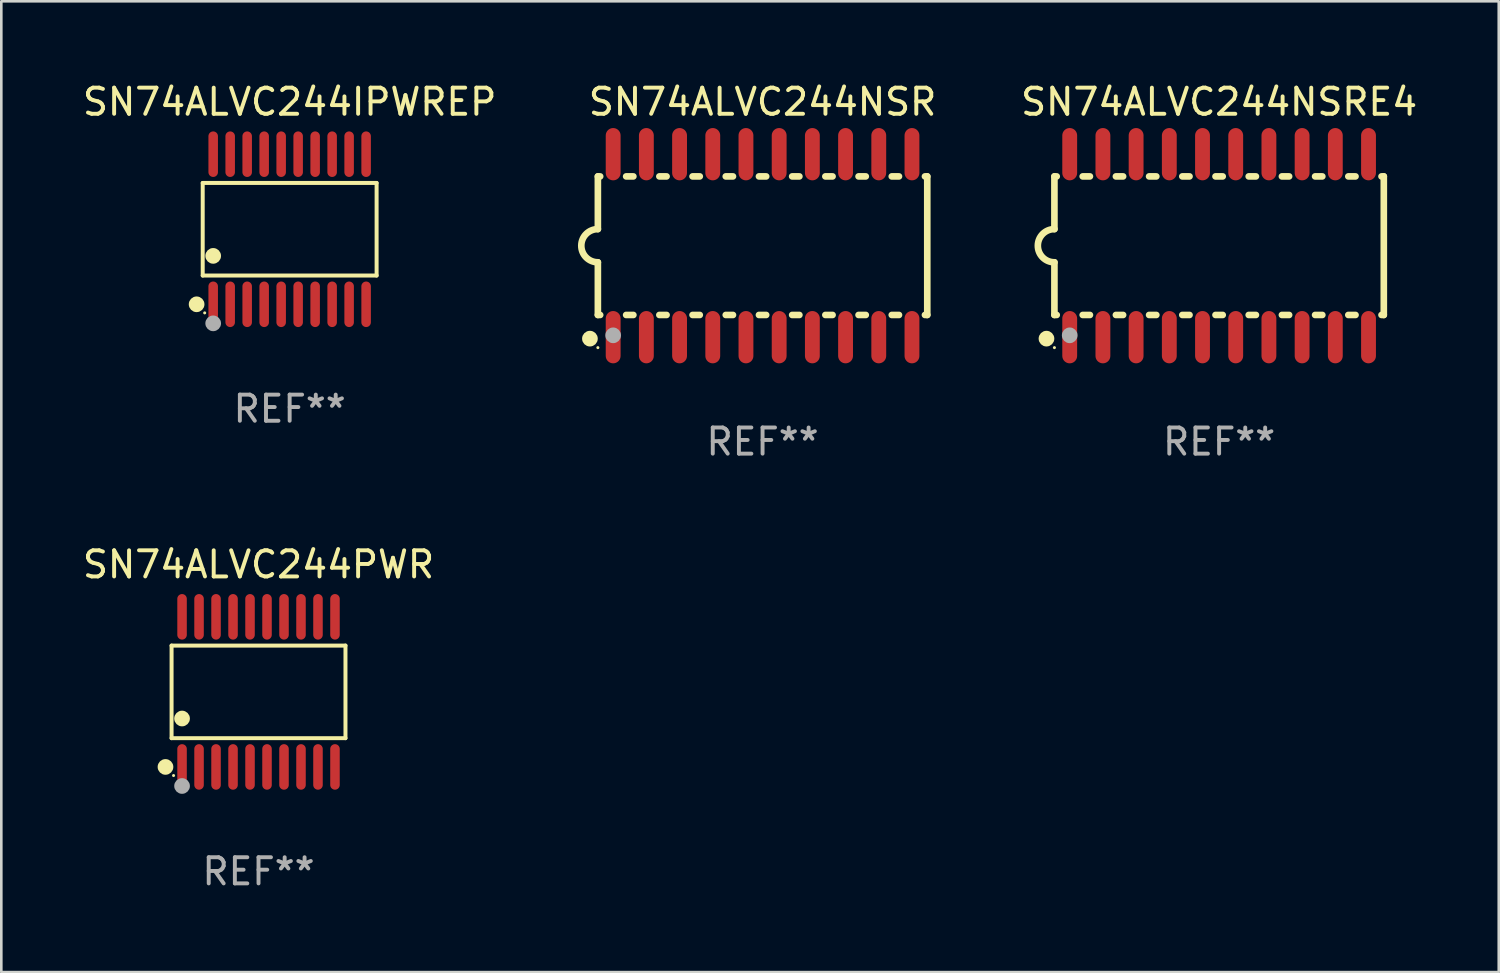
<source format=kicad_pcb>
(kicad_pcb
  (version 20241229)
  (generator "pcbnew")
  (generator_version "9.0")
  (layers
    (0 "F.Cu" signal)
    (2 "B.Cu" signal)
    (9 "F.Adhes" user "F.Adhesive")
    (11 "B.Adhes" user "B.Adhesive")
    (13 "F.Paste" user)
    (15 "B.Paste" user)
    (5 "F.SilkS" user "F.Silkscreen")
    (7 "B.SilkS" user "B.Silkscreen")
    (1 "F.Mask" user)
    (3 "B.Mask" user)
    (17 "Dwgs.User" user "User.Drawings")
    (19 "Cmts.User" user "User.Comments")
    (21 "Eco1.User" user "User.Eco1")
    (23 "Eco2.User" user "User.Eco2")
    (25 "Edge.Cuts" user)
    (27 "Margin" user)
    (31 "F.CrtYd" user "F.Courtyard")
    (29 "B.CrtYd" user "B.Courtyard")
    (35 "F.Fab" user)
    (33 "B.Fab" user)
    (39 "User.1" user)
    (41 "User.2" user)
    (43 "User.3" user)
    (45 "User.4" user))
  (footprint "SN74ALVC244PWR"
    (layer "F.Cu")
    (at 6.839 23.416)
    (property "Reference" "SN74ALVC244PWR" (at 0 -4.871 0) (layer "F.SilkS") (effects (font (size 1 1) (thickness 0.15))))
    (attr through_hole)
    (fp_line (start -3.326 -1.771) (end 3.326 -1.771) (stroke (width 0.152) (type solid)) (layer "F.SilkS"))
    (fp_line (start -3.326 1.771) (end -3.326 -1.771) (stroke (width 0.152) (type solid)) (layer "F.SilkS"))
    (fp_line (start 3.326 -1.771) (end 3.326 1.771) (stroke (width 0.152) (type solid)) (layer "F.SilkS"))
    (fp_line (start 3.326 1.771) (end -3.326 1.771) (stroke (width 0.152) (type solid)) (layer "F.SilkS"))
    (fp_circle (center -3.559 2.871) (end -3.409 2.871) (stroke (width 0.3) (type solid)) (fill no) (layer "F.SilkS"))
    (fp_circle (center -3.25 3.2) (end -3.22 3.2) (stroke (width 0.06) (type solid)) (fill no) (layer "F.SilkS"))
    (fp_circle (center -2.925 1.019) (end -2.775 1.019) (stroke (width 0.3) (type solid)) (fill no) (layer "F.SilkS"))
    (fp_circle (center -2.925 3.6) (end -2.775 3.6) (stroke (width 0.3) (type solid)) (fill no) (layer "F.Fab"))
    (fp_text user "REF**" (at 0 6.871 0) (layer "F.Fab") (effects (font (size 1 1) (thickness 0.15))))
    (pad "1" smd oval (at -2.925 2.871) (size 0.364 1.742) (layers "F.Cu" "F.Mask" "F.Paste"))
    (pad "2" smd oval (at -2.275 2.871) (size 0.364 1.742) (layers "F.Cu" "F.Mask" "F.Paste"))
    (pad "3" smd oval (at -1.625 2.871) (size 0.364 1.742) (layers "F.Cu" "F.Mask" "F.Paste"))
    (pad "4" smd oval (at -0.975 2.871) (size 0.364 1.742) (layers "F.Cu" "F.Mask" "F.Paste"))
    (pad "5" smd oval (at -0.325 2.871) (size 0.364 1.742) (layers "F.Cu" "F.Mask" "F.Paste"))
    (pad "6" smd oval (at 0.325 2.871) (size 0.364 1.742) (layers "F.Cu" "F.Mask" "F.Paste"))
    (pad "7" smd oval (at 0.975 2.871) (size 0.364 1.742) (layers "F.Cu" "F.Mask" "F.Paste"))
    (pad "8" smd oval (at 1.625 2.871) (size 0.364 1.742) (layers "F.Cu" "F.Mask" "F.Paste"))
    (pad "9" smd oval (at 2.275 2.871) (size 0.364 1.742) (layers "F.Cu" "F.Mask" "F.Paste"))
    (pad "10" smd oval (at 2.925 2.871) (size 0.364 1.742) (layers "F.Cu" "F.Mask" "F.Paste"))
    (pad "11" smd oval (at 2.925 -2.871) (size 0.364 1.742) (layers "F.Cu" "F.Mask" "F.Paste"))
    (pad "12" smd oval (at 2.275 -2.871) (size 0.364 1.742) (layers "F.Cu" "F.Mask" "F.Paste"))
    (pad "13" smd oval (at 1.625 -2.871) (size 0.364 1.742) (layers "F.Cu" "F.Mask" "F.Paste"))
    (pad "14" smd oval (at 0.975 -2.871) (size 0.364 1.742) (layers "F.Cu" "F.Mask" "F.Paste"))
    (pad "15" smd oval (at 0.325 -2.871) (size 0.364 1.742) (layers "F.Cu" "F.Mask" "F.Paste"))
    (pad "16" smd oval (at -0.325 -2.871) (size 0.364 1.742) (layers "F.Cu" "F.Mask" "F.Paste"))
    (pad "17" smd oval (at -0.975 -2.871) (size 0.364 1.742) (layers "F.Cu" "F.Mask" "F.Paste"))
    (pad "18" smd oval (at -1.625 -2.871) (size 0.364 1.742) (layers "F.Cu" "F.Mask" "F.Paste"))
    (pad "19" smd oval (at -2.275 -2.871) (size 0.364 1.742) (layers "F.Cu" "F.Mask" "F.Paste"))
    (pad "20" smd oval (at -2.925 -2.871) (size 0.364 1.742) (layers "F.Cu" "F.Mask" "F.Paste")))
  (footprint "SN74ALVC244NSRE4"
    (layer "F.Cu")
    (at 43.584 6.348)
    (property "Reference" "SN74ALVC244NSRE4" (at 0 -5.5 0) (layer "F.SilkS") (effects (font (size 1 1) (thickness 0.15))))
    (attr through_hole)
    (fp_line (start -6.3 -2.65) (end -6.3 -0.635) (stroke (width 0.254) (type solid)) (layer "F.SilkS"))
    (fp_line (start -6.3 -2.65) (end -6.212 -2.65) (stroke (width 0.254) (type solid)) (layer "F.SilkS"))
    (fp_line (start -6.3 2.65) (end -6.3 0.635) (stroke (width 0.254) (type solid)) (layer "F.SilkS"))
    (fp_line (start -6.3 2.65) (end -6.212 2.65) (stroke (width 0.254) (type solid)) (layer "F.SilkS"))
    (fp_line (start -5.218 -2.65) (end -4.942 -2.65) (stroke (width 0.254) (type solid)) (layer "F.SilkS"))
    (fp_line (start -5.218 2.65) (end -4.942 2.65) (stroke (width 0.254) (type solid)) (layer "F.SilkS"))
    (fp_line (start -3.948 -2.65) (end -3.672 -2.65) (stroke (width 0.254) (type solid)) (layer "F.SilkS"))
    (fp_line (start -3.948 2.65) (end -3.672 2.65) (stroke (width 0.254) (type solid)) (layer "F.SilkS"))
    (fp_line (start -2.678 -2.65) (end -2.402 -2.65) (stroke (width 0.254) (type solid)) (layer "F.SilkS"))
    (fp_line (start -2.678 2.65) (end -2.402 2.65) (stroke (width 0.254) (type solid)) (layer "F.SilkS"))
    (fp_line (start -1.408 -2.65) (end -1.132 -2.65) (stroke (width 0.254) (type solid)) (layer "F.SilkS"))
    (fp_line (start -1.408 2.65) (end -1.132 2.65) (stroke (width 0.254) (type solid)) (layer "F.SilkS"))
    (fp_line (start -0.138 -2.65) (end 0.138 -2.65) (stroke (width 0.254) (type solid)) (layer "F.SilkS"))
    (fp_line (start -0.138 2.65) (end 0.138 2.65) (stroke (width 0.254) (type solid)) (layer "F.SilkS"))
    (fp_line (start 1.132 -2.65) (end 1.408 -2.65) (stroke (width 0.254) (type solid)) (layer "F.SilkS"))
    (fp_line (start 1.132 2.65) (end 1.408 2.65) (stroke (width 0.254) (type solid)) (layer "F.SilkS"))
    (fp_line (start 2.402 -2.65) (end 2.678 -2.65) (stroke (width 0.254) (type solid)) (layer "F.SilkS"))
    (fp_line (start 2.402 2.65) (end 2.678 2.65) (stroke (width 0.254) (type solid)) (layer "F.SilkS"))
    (fp_line (start 3.672 -2.65) (end 3.948 -2.65) (stroke (width 0.254) (type solid)) (layer "F.SilkS"))
    (fp_line (start 3.672 2.65) (end 3.948 2.65) (stroke (width 0.254) (type solid)) (layer "F.SilkS"))
    (fp_line (start 4.942 -2.65) (end 5.218 -2.65) (stroke (width 0.254) (type solid)) (layer "F.SilkS"))
    (fp_line (start 4.942 2.65) (end 5.218 2.65) (stroke (width 0.254) (type solid)) (layer "F.SilkS"))
    (fp_line (start 6.212 -2.65) (end 6.3 -2.65) (stroke (width 0.254) (type solid)) (layer "F.SilkS"))
    (fp_line (start 6.212 2.65) (end 6.3 2.65) (stroke (width 0.254) (type solid)) (layer "F.SilkS"))
    (fp_line (start 6.3 -2.65) (end 6.3 2.65) (stroke (width 0.254) (type solid)) (layer "F.SilkS"))
    (fp_arc (start -6.299975 0.634874) (mid -6.933579 0.000127) (end -6.299213 -0.633858) (stroke (width 0.254001) (type solid)) (layer "F.SilkS"))
    (fp_circle (center -6.604 3.556) (end -6.454 3.556) (stroke (width 0.3) (type solid)) (fill no) (layer "F.SilkS"))
    (fp_circle (center -6.3 3.9) (end -6.27 3.9) (stroke (width 0.06) (type solid)) (fill no) (layer "F.SilkS"))
    (fp_circle (center -5.715 3.429) (end -5.565 3.429) (stroke (width 0.3) (type solid)) (fill no) (layer "F.Fab"))
    (fp_text user "REF**" (at 0 7.5 0) (layer "F.Fab") (effects (font (size 1 1) (thickness 0.15))))
    (pad "1" smd oval (at -5.715 3.5) (size 0.568 2) (layers "F.Cu" "F.Mask" "F.Paste"))
    (pad "2" smd oval (at -4.445 3.5) (size 0.568 2) (layers "F.Cu" "F.Mask" "F.Paste"))
    (pad "3" smd oval (at -3.175 3.5) (size 0.568 2) (layers "F.Cu" "F.Mask" "F.Paste"))
    (pad "4" smd oval (at -1.905 3.5) (size 0.568 2) (layers "F.Cu" "F.Mask" "F.Paste"))
    (pad "5" smd oval (at -0.635 3.5) (size 0.568 2) (layers "F.Cu" "F.Mask" "F.Paste"))
    (pad "6" smd oval (at 0.635 3.5) (size 0.568 2) (layers "F.Cu" "F.Mask" "F.Paste"))
    (pad "7" smd oval (at 1.905 3.5) (size 0.568 2) (layers "F.Cu" "F.Mask" "F.Paste"))
    (pad "8" smd oval (at 3.175 3.5) (size 0.568 2) (layers "F.Cu" "F.Mask" "F.Paste"))
    (pad "9" smd oval (at 4.445 3.5) (size 0.568 2) (layers "F.Cu" "F.Mask" "F.Paste"))
    (pad "10" smd oval (at 5.715 3.5) (size 0.568 2) (layers "F.Cu" "F.Mask" "F.Paste"))
    (pad "11" smd oval (at 5.715 -3.5) (size 0.568 2) (layers "F.Cu" "F.Mask" "F.Paste"))
    (pad "12" smd oval (at 4.445 -3.5) (size 0.568 2) (layers "F.Cu" "F.Mask" "F.Paste"))
    (pad "13" smd oval (at 3.175 -3.5) (size 0.568 2) (layers "F.Cu" "F.Mask" "F.Paste"))
    (pad "14" smd oval (at 1.905 -3.5) (size 0.568 2) (layers "F.Cu" "F.Mask" "F.Paste"))
    (pad "15" smd oval (at 0.635 -3.5) (size 0.568 2) (layers "F.Cu" "F.Mask" "F.Paste"))
    (pad "16" smd oval (at -0.635 -3.5) (size 0.568 2) (layers "F.Cu" "F.Mask" "F.Paste"))
    (pad "17" smd oval (at -1.905 -3.5) (size 0.568 2) (layers "F.Cu" "F.Mask" "F.Paste"))
    (pad "18" smd oval (at -3.175 -3.5) (size 0.568 2) (layers "F.Cu" "F.Mask" "F.Paste"))
    (pad "19" smd oval (at -4.445 -3.5) (size 0.568 2) (layers "F.Cu" "F.Mask" "F.Paste"))
    (pad "20" smd oval (at -5.715 -3.5) (size 0.568 2) (layers "F.Cu" "F.Mask" "F.Paste")))
  (footprint "SN74ALVC244NSR"
    (layer "F.Cu")
    (at 26.12 6.348)
    (property "Reference" "SN74ALVC244NSR" (at 0 -5.5 0) (layer "F.SilkS") (effects (font (size 1 1) (thickness 0.15))))
    (attr through_hole)
    (fp_line (start -6.3 -2.65) (end -6.3 -0.635) (stroke (width 0.254) (type solid)) (layer "F.SilkS"))
    (fp_line (start -6.3 -2.65) (end -6.212 -2.65) (stroke (width 0.254) (type solid)) (layer "F.SilkS"))
    (fp_line (start -6.3 2.65) (end -6.3 0.635) (stroke (width 0.254) (type solid)) (layer "F.SilkS"))
    (fp_line (start -6.3 2.65) (end -6.212 2.65) (stroke (width 0.254) (type solid)) (layer "F.SilkS"))
    (fp_line (start -5.218 -2.65) (end -4.942 -2.65) (stroke (width 0.254) (type solid)) (layer "F.SilkS"))
    (fp_line (start -5.218 2.65) (end -4.942 2.65) (stroke (width 0.254) (type solid)) (layer "F.SilkS"))
    (fp_line (start -3.948 -2.65) (end -3.672 -2.65) (stroke (width 0.254) (type solid)) (layer "F.SilkS"))
    (fp_line (start -3.948 2.65) (end -3.672 2.65) (stroke (width 0.254) (type solid)) (layer "F.SilkS"))
    (fp_line (start -2.678 -2.65) (end -2.402 -2.65) (stroke (width 0.254) (type solid)) (layer "F.SilkS"))
    (fp_line (start -2.678 2.65) (end -2.402 2.65) (stroke (width 0.254) (type solid)) (layer "F.SilkS"))
    (fp_line (start -1.408 -2.65) (end -1.132 -2.65) (stroke (width 0.254) (type solid)) (layer "F.SilkS"))
    (fp_line (start -1.408 2.65) (end -1.132 2.65) (stroke (width 0.254) (type solid)) (layer "F.SilkS"))
    (fp_line (start -0.138 -2.65) (end 0.138 -2.65) (stroke (width 0.254) (type solid)) (layer "F.SilkS"))
    (fp_line (start -0.138 2.65) (end 0.138 2.65) (stroke (width 0.254) (type solid)) (layer "F.SilkS"))
    (fp_line (start 1.132 -2.65) (end 1.408 -2.65) (stroke (width 0.254) (type solid)) (layer "F.SilkS"))
    (fp_line (start 1.132 2.65) (end 1.408 2.65) (stroke (width 0.254) (type solid)) (layer "F.SilkS"))
    (fp_line (start 2.402 -2.65) (end 2.678 -2.65) (stroke (width 0.254) (type solid)) (layer "F.SilkS"))
    (fp_line (start 2.402 2.65) (end 2.678 2.65) (stroke (width 0.254) (type solid)) (layer "F.SilkS"))
    (fp_line (start 3.672 -2.65) (end 3.948 -2.65) (stroke (width 0.254) (type solid)) (layer "F.SilkS"))
    (fp_line (start 3.672 2.65) (end 3.948 2.65) (stroke (width 0.254) (type solid)) (layer "F.SilkS"))
    (fp_line (start 4.942 -2.65) (end 5.218 -2.65) (stroke (width 0.254) (type solid)) (layer "F.SilkS"))
    (fp_line (start 4.942 2.65) (end 5.218 2.65) (stroke (width 0.254) (type solid)) (layer "F.SilkS"))
    (fp_line (start 6.212 -2.65) (end 6.3 -2.65) (stroke (width 0.254) (type solid)) (layer "F.SilkS"))
    (fp_line (start 6.212 2.65) (end 6.3 2.65) (stroke (width 0.254) (type solid)) (layer "F.SilkS"))
    (fp_line (start 6.3 -2.65) (end 6.3 2.65) (stroke (width 0.254) (type solid)) (layer "F.SilkS"))
    (fp_arc (start -6.299975 0.634874) (mid -6.933579 0.000127) (end -6.299213 -0.633858) (stroke (width 0.254001) (type solid)) (layer "F.SilkS"))
    (fp_circle (center -6.604 3.556) (end -6.454 3.556) (stroke (width 0.3) (type solid)) (fill no) (layer "F.SilkS"))
    (fp_circle (center -6.3 3.9) (end -6.27 3.9) (stroke (width 0.06) (type solid)) (fill no) (layer "F.SilkS"))
    (fp_circle (center -5.715 3.429) (end -5.565 3.429) (stroke (width 0.3) (type solid)) (fill no) (layer "F.Fab"))
    (fp_text user "REF**" (at 0 7.5 0) (layer "F.Fab") (effects (font (size 1 1) (thickness 0.15))))
    (pad "1" smd oval (at -5.715 3.5) (size 0.568 2) (layers "F.Cu" "F.Mask" "F.Paste"))
    (pad "2" smd oval (at -4.445 3.5) (size 0.568 2) (layers "F.Cu" "F.Mask" "F.Paste"))
    (pad "3" smd oval (at -3.175 3.5) (size 0.568 2) (layers "F.Cu" "F.Mask" "F.Paste"))
    (pad "4" smd oval (at -1.905 3.5) (size 0.568 2) (layers "F.Cu" "F.Mask" "F.Paste"))
    (pad "5" smd oval (at -0.635 3.5) (size 0.568 2) (layers "F.Cu" "F.Mask" "F.Paste"))
    (pad "6" smd oval (at 0.635 3.5) (size 0.568 2) (layers "F.Cu" "F.Mask" "F.Paste"))
    (pad "7" smd oval (at 1.905 3.5) (size 0.568 2) (layers "F.Cu" "F.Mask" "F.Paste"))
    (pad "8" smd oval (at 3.175 3.5) (size 0.568 2) (layers "F.Cu" "F.Mask" "F.Paste"))
    (pad "9" smd oval (at 4.445 3.5) (size 0.568 2) (layers "F.Cu" "F.Mask" "F.Paste"))
    (pad "10" smd oval (at 5.715 3.5) (size 0.568 2) (layers "F.Cu" "F.Mask" "F.Paste"))
    (pad "11" smd oval (at 5.715 -3.5) (size 0.568 2) (layers "F.Cu" "F.Mask" "F.Paste"))
    (pad "12" smd oval (at 4.445 -3.5) (size 0.568 2) (layers "F.Cu" "F.Mask" "F.Paste"))
    (pad "13" smd oval (at 3.175 -3.5) (size 0.568 2) (layers "F.Cu" "F.Mask" "F.Paste"))
    (pad "14" smd oval (at 1.905 -3.5) (size 0.568 2) (layers "F.Cu" "F.Mask" "F.Paste"))
    (pad "15" smd oval (at 0.635 -3.5) (size 0.568 2) (layers "F.Cu" "F.Mask" "F.Paste"))
    (pad "16" smd oval (at -0.635 -3.5) (size 0.568 2) (layers "F.Cu" "F.Mask" "F.Paste"))
    (pad "17" smd oval (at -1.905 -3.5) (size 0.568 2) (layers "F.Cu" "F.Mask" "F.Paste"))
    (pad "18" smd oval (at -3.175 -3.5) (size 0.568 2) (layers "F.Cu" "F.Mask" "F.Paste"))
    (pad "19" smd oval (at -4.445 -3.5) (size 0.568 2) (layers "F.Cu" "F.Mask" "F.Paste"))
    (pad "20" smd oval (at -5.715 -3.5) (size 0.568 2) (layers "F.Cu" "F.Mask" "F.Paste")))
  (footprint "SN74ALVC244IPWREP"
    (layer "F.Cu")
    (at 8.03 5.719)
    (property "Reference" "SN74ALVC244IPWREP" (at 0 -4.871 0) (layer "F.SilkS") (effects (font (size 1 1) (thickness 0.15))))
    (attr through_hole)
    (fp_line (start -3.326 -1.771) (end 3.326 -1.771) (stroke (width 0.152) (type solid)) (layer "F.SilkS"))
    (fp_line (start -3.326 1.771) (end -3.326 -1.771) (stroke (width 0.152) (type solid)) (layer "F.SilkS"))
    (fp_line (start 3.326 -1.771) (end 3.326 1.771) (stroke (width 0.152) (type solid)) (layer "F.SilkS"))
    (fp_line (start 3.326 1.771) (end -3.326 1.771) (stroke (width 0.152) (type solid)) (layer "F.SilkS"))
    (fp_circle (center -3.559 2.871) (end -3.409 2.871) (stroke (width 0.3) (type solid)) (fill no) (layer "F.SilkS"))
    (fp_circle (center -3.25 3.2) (end -3.22 3.2) (stroke (width 0.06) (type solid)) (fill no) (layer "F.SilkS"))
    (fp_circle (center -2.925 1.019) (end -2.775 1.019) (stroke (width 0.3) (type solid)) (fill no) (layer "F.SilkS"))
    (fp_circle (center -2.925 3.6) (end -2.775 3.6) (stroke (width 0.3) (type solid)) (fill no) (layer "F.Fab"))
    (fp_text user "REF**" (at 0 6.871 0) (layer "F.Fab") (effects (font (size 1 1) (thickness 0.15))))
    (pad "1" smd oval (at -2.925 2.871) (size 0.364 1.742) (layers "F.Cu" "F.Mask" "F.Paste"))
    (pad "2" smd oval (at -2.275 2.871) (size 0.364 1.742) (layers "F.Cu" "F.Mask" "F.Paste"))
    (pad "3" smd oval (at -1.625 2.871) (size 0.364 1.742) (layers "F.Cu" "F.Mask" "F.Paste"))
    (pad "4" smd oval (at -0.975 2.871) (size 0.364 1.742) (layers "F.Cu" "F.Mask" "F.Paste"))
    (pad "5" smd oval (at -0.325 2.871) (size 0.364 1.742) (layers "F.Cu" "F.Mask" "F.Paste"))
    (pad "6" smd oval (at 0.325 2.871) (size 0.364 1.742) (layers "F.Cu" "F.Mask" "F.Paste"))
    (pad "7" smd oval (at 0.975 2.871) (size 0.364 1.742) (layers "F.Cu" "F.Mask" "F.Paste"))
    (pad "8" smd oval (at 1.625 2.871) (size 0.364 1.742) (layers "F.Cu" "F.Mask" "F.Paste"))
    (pad "9" smd oval (at 2.275 2.871) (size 0.364 1.742) (layers "F.Cu" "F.Mask" "F.Paste"))
    (pad "10" smd oval (at 2.925 2.871) (size 0.364 1.742) (layers "F.Cu" "F.Mask" "F.Paste"))
    (pad "11" smd oval (at 2.925 -2.871) (size 0.364 1.742) (layers "F.Cu" "F.Mask" "F.Paste"))
    (pad "12" smd oval (at 2.275 -2.871) (size 0.364 1.742) (layers "F.Cu" "F.Mask" "F.Paste"))
    (pad "13" smd oval (at 1.625 -2.871) (size 0.364 1.742) (layers "F.Cu" "F.Mask" "F.Paste"))
    (pad "14" smd oval (at 0.975 -2.871) (size 0.364 1.742) (layers "F.Cu" "F.Mask" "F.Paste"))
    (pad "15" smd oval (at 0.325 -2.871) (size 0.364 1.742) (layers "F.Cu" "F.Mask" "F.Paste"))
    (pad "16" smd oval (at -0.325 -2.871) (size 0.364 1.742) (layers "F.Cu" "F.Mask" "F.Paste"))
    (pad "17" smd oval (at -0.975 -2.871) (size 0.364 1.742) (layers "F.Cu" "F.Mask" "F.Paste"))
    (pad "18" smd oval (at -1.625 -2.871) (size 0.364 1.742) (layers "F.Cu" "F.Mask" "F.Paste"))
    (pad "19" smd oval (at -2.275 -2.871) (size 0.364 1.742) (layers "F.Cu" "F.Mask" "F.Paste"))
    (pad "20" smd oval (at -2.925 -2.871) (size 0.364 1.742) (layers "F.Cu" "F.Mask" "F.Paste")))
  (gr_rect
    (start -3 -3)
    (end 54.281 34.135)
    (stroke (width 0.1) (type default))
    (fill no)
    (layer "Edge.Cuts")))
</source>
